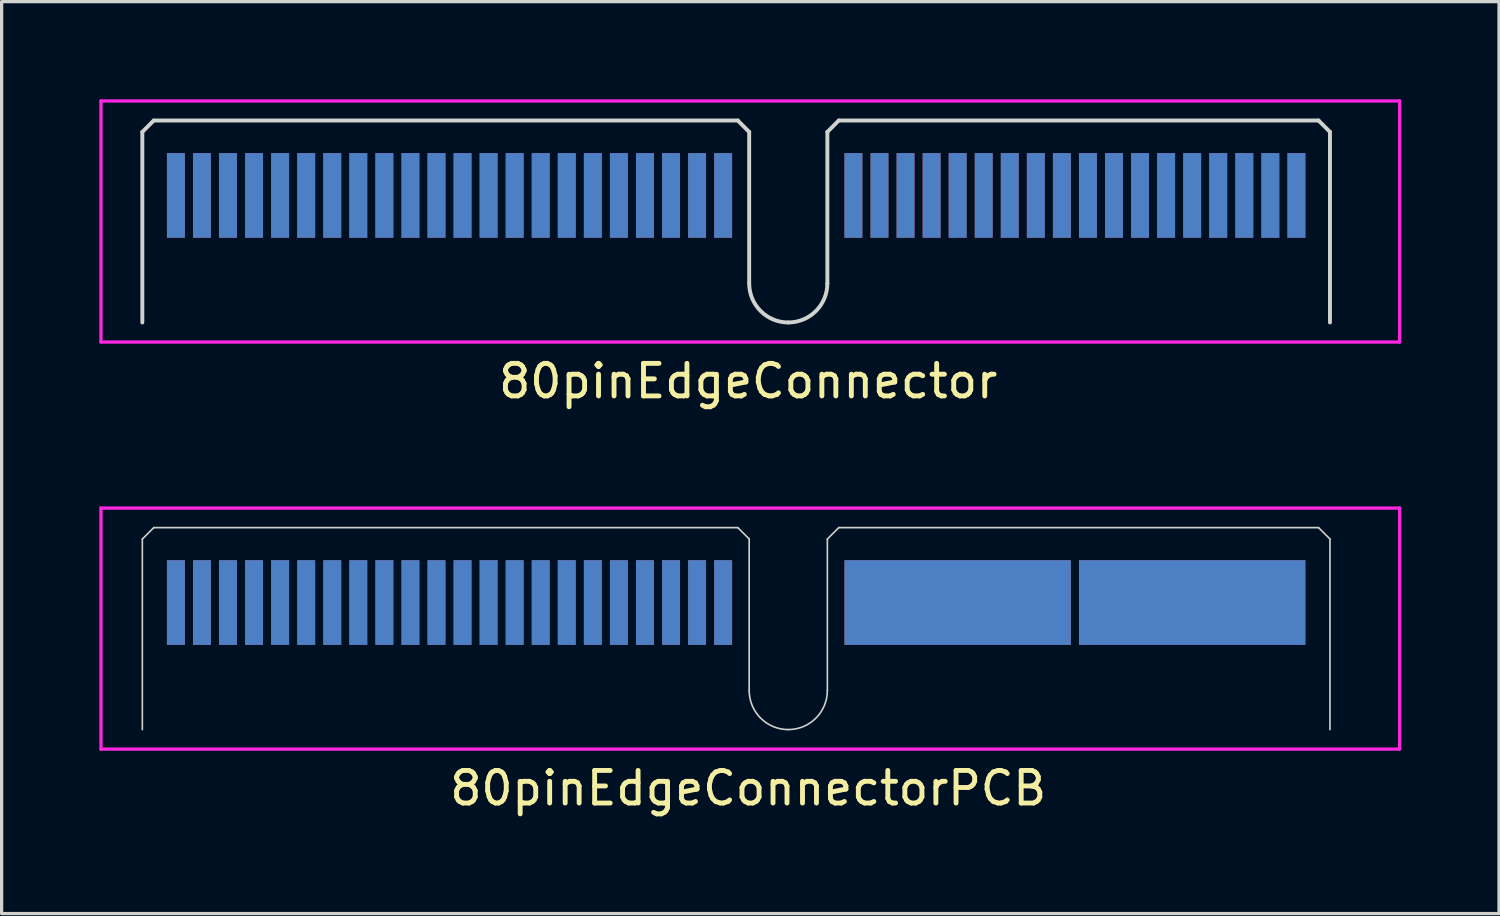
<source format=kicad_pcb>
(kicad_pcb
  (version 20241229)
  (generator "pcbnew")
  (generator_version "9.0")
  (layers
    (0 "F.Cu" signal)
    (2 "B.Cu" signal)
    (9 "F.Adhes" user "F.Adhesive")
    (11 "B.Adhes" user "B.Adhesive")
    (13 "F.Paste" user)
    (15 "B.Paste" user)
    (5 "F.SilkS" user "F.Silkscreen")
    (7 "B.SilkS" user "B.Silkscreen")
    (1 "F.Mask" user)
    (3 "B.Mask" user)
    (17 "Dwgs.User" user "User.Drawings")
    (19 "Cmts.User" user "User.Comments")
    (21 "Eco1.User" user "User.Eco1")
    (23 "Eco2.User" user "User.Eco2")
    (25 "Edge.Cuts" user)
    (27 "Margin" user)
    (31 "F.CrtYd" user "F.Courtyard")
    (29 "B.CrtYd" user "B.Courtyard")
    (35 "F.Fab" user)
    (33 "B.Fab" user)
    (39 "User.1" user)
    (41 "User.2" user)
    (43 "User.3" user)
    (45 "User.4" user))
  (footprint "80pinEdgeConnector"
    (layer "F.Cu")
    (at 19.95 3.75)
    (property "Reference" "80pinEdgeConnector" (at -0.03 4.9 0) (layer "F.SilkS") (effects (font (size 1 1) (thickness 0.15))))
    (attr through_hole)
    (fp_line (start -18.63 -2.75) (end -18.63 3.1) (stroke (width 0.12) (type solid)) (layer "Edge.Cuts"))
    (fp_line (start -18.28 -3.1) (end -18.63 -2.75) (stroke (width 0.12) (type solid)) (layer "Edge.Cuts"))
    (fp_line (start -18.28 -3.1) (end -0.35 -3.1) (stroke (width 0.12) (type solid)) (layer "Edge.Cuts"))
    (fp_line (start 0 -2.75) (end -0.35 -3.1) (stroke (width 0.12) (type solid)) (layer "Edge.Cuts"))
    (fp_line (start 0 -2.75) (end 0 1.9) (stroke (width 0.12) (type solid)) (layer "Edge.Cuts"))
    (fp_line (start 2.4 -2.75) (end 2.4 1.9) (stroke (width 0.12) (type solid)) (layer "Edge.Cuts"))
    (fp_line (start 2.75 -3.1) (end 2.4 -2.75) (stroke (width 0.12) (type solid)) (layer "Edge.Cuts"))
    (fp_line (start 2.75 -3.1) (end 17.48 -3.1) (stroke (width 0.12) (type solid)) (layer "Edge.Cuts"))
    (fp_line (start 17.83 -2.75) (end 17.48 -3.1) (stroke (width 0.12) (type solid)) (layer "Edge.Cuts"))
    (fp_line (start 17.83 -2.75) (end 17.83 3.1) (stroke (width 0.12) (type solid)) (layer "Edge.Cuts"))
    (fp_arc (start 1.2 3.1) (mid 0.351472 2.748528) (end 0 1.9) (stroke (width 0.12) (type solid)) (layer "Edge.Cuts"))
    (fp_arc (start 2.4 1.9) (mid 2.048528 2.748528) (end 1.2 3.1) (stroke (width 0.12) (type solid)) (layer "Edge.Cuts"))
    (fp_line (start -19.9 -3.7) (end -19.9 3.7) (stroke (width 0.1) (type solid)) (layer "F.CrtYd"))
    (fp_line (start -19.9 3.7) (end 19.97 3.7) (stroke (width 0.1) (type solid)) (layer "F.CrtYd"))
    (fp_line (start 19.97 -3.7) (end -19.9 -3.7) (stroke (width 0.1) (type solid)) (layer "F.CrtYd"))
    (fp_line (start 19.97 3.7) (end 19.97 -3.7) (stroke (width 0.1) (type solid)) (layer "F.CrtYd"))
    (pad "1" smd rect (at -17.6 -0.8) (size 0.55 2.6) (layers "F.Cu" "F.Mask" "F.Paste"))
    (pad "2" smd rect (at -16.8 -0.8) (size 0.55 2.6) (layers "F.Cu" "F.Mask" "F.Paste"))
    (pad "3" smd rect (at -16 -0.8) (size 0.55 2.6) (layers "F.Cu" "F.Mask" "F.Paste"))
    (pad "4" smd rect (at -15.2 -0.8) (size 0.55 2.6) (layers "F.Cu" "F.Mask" "F.Paste"))
    (pad "5" smd rect (at -14.4 -0.8) (size 0.55 2.6) (layers "F.Cu" "F.Mask" "F.Paste"))
    (pad "6" smd rect (at -13.6 -0.8) (size 0.55 2.6) (layers "F.Cu" "F.Mask" "F.Paste"))
    (pad "7" smd rect (at -12.8 -0.8) (size 0.55 2.6) (layers "F.Cu" "F.Mask" "F.Paste"))
    (pad "8" smd rect (at -12 -0.8) (size 0.55 2.6) (layers "F.Cu" "F.Mask" "F.Paste"))
    (pad "9" smd rect (at -11.2 -0.8) (size 0.55 2.6) (layers "F.Cu" "F.Mask" "F.Paste"))
    (pad "10" smd rect (at -10.4 -0.8) (size 0.55 2.6) (layers "F.Cu" "F.Mask" "F.Paste"))
    (pad "11" smd rect (at -9.6 -0.8) (size 0.55 2.6) (layers "F.Cu" "F.Mask" "F.Paste"))
    (pad "12" smd rect (at -8.8 -0.8) (size 0.55 2.6) (layers "F.Cu" "F.Mask" "F.Paste"))
    (pad "13" smd rect (at -8 -0.8) (size 0.55 2.6) (layers "F.Cu" "F.Mask" "F.Paste"))
    (pad "14" smd rect (at -7.2 -0.8) (size 0.55 2.6) (layers "F.Cu" "F.Mask" "F.Paste"))
    (pad "15" smd rect (at -6.4 -0.8) (size 0.55 2.6) (layers "F.Cu" "F.Mask" "F.Paste"))
    (pad "16" smd rect (at -5.6 -0.8) (size 0.55 2.6) (layers "F.Cu" "F.Mask" "F.Paste"))
    (pad "17" smd rect (at -4.8 -0.8) (size 0.55 2.6) (layers "F.Cu" "F.Mask" "F.Paste"))
    (pad "18" smd rect (at -4 -0.8) (size 0.55 2.6) (layers "F.Cu" "F.Mask" "F.Paste"))
    (pad "19" smd rect (at -3.2 -0.8) (size 0.55 2.6) (layers "F.Cu" "F.Mask" "F.Paste"))
    (pad "20" smd rect (at -2.4 -0.8) (size 0.55 2.6) (layers "F.Cu" "F.Mask" "F.Paste"))
    (pad "21" smd rect (at -1.6 -0.8) (size 0.55 2.6) (layers "F.Cu" "F.Mask" "F.Paste"))
    (pad "22" smd rect (at -0.8 -0.8) (size 0.55 2.6) (layers "F.Cu" "F.Mask" "F.Paste"))
    (pad "23" smd rect (at 3.2 -0.8) (size 0.55 2.6) (layers "F.Cu" "F.Mask" "F.Paste"))
    (pad "24" smd rect (at 4 -0.8) (size 0.55 2.6) (layers "F.Cu" "F.Mask" "F.Paste"))
    (pad "25" smd rect (at 4.8 -0.8) (size 0.55 2.6) (layers "F.Cu" "F.Mask" "F.Paste"))
    (pad "26" smd rect (at 5.6 -0.8) (size 0.55 2.6) (layers "F.Cu" "F.Mask" "F.Paste"))
    (pad "27" smd rect (at 6.4 -0.8) (size 0.55 2.6) (layers "F.Cu" "F.Mask" "F.Paste"))
    (pad "28" smd rect (at 7.2 -0.8) (size 0.55 2.6) (layers "F.Cu" "F.Mask" "F.Paste"))
    (pad "29" smd rect (at 8 -0.8) (size 0.55 2.6) (layers "F.Cu" "F.Mask" "F.Paste"))
    (pad "30" smd rect (at 8.8 -0.8) (size 0.55 2.6) (layers "F.Cu" "F.Mask" "F.Paste"))
    (pad "31" smd rect (at 9.6 -0.8) (size 0.55 2.6) (layers "F.Cu" "F.Mask" "F.Paste"))
    (pad "32" smd rect (at 10.4 -0.8) (size 0.55 2.6) (layers "F.Cu" "F.Mask" "F.Paste"))
    (pad "33" smd rect (at 11.2 -0.8) (size 0.55 2.6) (layers "F.Cu" "F.Mask" "F.Paste"))
    (pad "34" smd rect (at 12 -0.8) (size 0.55 2.6) (layers "F.Cu" "F.Mask" "F.Paste"))
    (pad "35" smd rect (at 12.8 -0.8) (size 0.55 2.6) (layers "F.Cu" "F.Mask" "F.Paste"))
    (pad "36" smd rect (at 13.6 -0.8) (size 0.55 2.6) (layers "F.Cu" "F.Mask" "F.Paste"))
    (pad "37" smd rect (at 14.4 -0.8) (size 0.55 2.6) (layers "F.Cu" "F.Mask" "F.Paste"))
    (pad "38" smd rect (at 15.2 -0.8) (size 0.55 2.6) (layers "F.Cu" "F.Mask" "F.Paste"))
    (pad "39" smd rect (at 16 -0.8) (size 0.55 2.6) (layers "F.Cu" "F.Mask" "F.Paste"))
    (pad "40" smd rect (at 16.8 -0.8) (size 0.55 2.6) (layers "F.Cu" "F.Mask" "F.Paste"))
    (pad "41" smd rect (at -17.6 -0.8) (size 0.55 2.6) (layers "B.Cu" "B.Mask" "B.Paste"))
    (pad "42" smd rect (at -16.8 -0.8) (size 0.55 2.6) (layers "B.Cu" "B.Mask" "B.Paste"))
    (pad "43" smd rect (at -16 -0.8) (size 0.55 2.6) (layers "B.Cu" "B.Mask" "B.Paste"))
    (pad "44" smd rect (at -15.2 -0.8) (size 0.55 2.6) (layers "B.Cu" "B.Mask" "B.Paste"))
    (pad "45" smd rect (at -14.4 -0.8) (size 0.55 2.6) (layers "B.Cu" "B.Mask" "B.Paste"))
    (pad "46" smd rect (at -13.6 -0.8) (size 0.55 2.6) (layers "B.Cu" "B.Mask" "B.Paste"))
    (pad "47" smd rect (at -12.8 -0.8) (size 0.55 2.6) (layers "B.Cu" "B.Mask" "B.Paste"))
    (pad "48" smd rect (at -12 -0.8) (size 0.55 2.6) (layers "B.Cu" "B.Mask" "B.Paste"))
    (pad "49" smd rect (at -11.2 -0.8) (size 0.55 2.6) (layers "B.Cu" "B.Mask" "B.Paste"))
    (pad "50" smd rect (at -10.4 -0.8) (size 0.55 2.6) (layers "B.Cu" "B.Mask" "B.Paste"))
    (pad "51" smd rect (at -9.6 -0.8) (size 0.55 2.6) (layers "B.Cu" "B.Mask" "B.Paste"))
    (pad "52" smd rect (at -8.8 -0.8) (size 0.55 2.6) (layers "B.Cu" "B.Mask" "B.Paste"))
    (pad "53" smd rect (at -8 -0.8) (size 0.55 2.6) (layers "B.Cu" "B.Mask" "B.Paste"))
    (pad "54" smd rect (at -7.2 -0.8) (size 0.55 2.6) (layers "B.Cu" "B.Mask" "B.Paste"))
    (pad "55" smd rect (at -6.4 -0.8) (size 0.55 2.6) (layers "B.Cu" "B.Mask" "B.Paste"))
    (pad "56" smd rect (at -5.6 -0.8) (size 0.55 2.6) (layers "B.Cu" "B.Mask" "B.Paste"))
    (pad "57" smd rect (at -4.8 -0.8) (size 0.55 2.6) (layers "B.Cu" "B.Mask" "B.Paste"))
    (pad "58" smd rect (at -4 -0.8) (size 0.55 2.6) (layers "B.Cu" "B.Mask" "B.Paste"))
    (pad "59" smd rect (at -3.2 -0.8) (size 0.55 2.6) (layers "B.Cu" "B.Mask" "B.Paste"))
    (pad "60" smd rect (at -2.4 -0.8) (size 0.55 2.6) (layers "B.Cu" "B.Mask" "B.Paste"))
    (pad "61" smd rect (at -1.6 -0.8) (size 0.55 2.6) (layers "B.Cu" "B.Mask" "B.Paste"))
    (pad "62" smd rect (at -0.8 -0.8) (size 0.55 2.6) (layers "B.Cu" "B.Mask" "B.Paste"))
    (pad "63" smd rect (at 3.2 -0.8) (size 0.55 2.6) (layers "B.Cu" "B.Mask" "B.Paste"))
    (pad "64" smd rect (at 4 -0.8) (size 0.55 2.6) (layers "B.Cu" "B.Mask" "B.Paste"))
    (pad "65" smd rect (at 4.8 -0.8) (size 0.55 2.6) (layers "B.Cu" "B.Mask" "B.Paste"))
    (pad "66" smd rect (at 5.6 -0.8) (size 0.55 2.6) (layers "B.Cu" "B.Mask" "B.Paste"))
    (pad "67" smd rect (at 6.4 -0.8) (size 0.55 2.6) (layers "B.Cu" "B.Mask" "B.Paste"))
    (pad "68" smd rect (at 7.2 -0.8) (size 0.55 2.6) (layers "B.Cu" "B.Mask" "B.Paste"))
    (pad "69" smd rect (at 8 -0.8) (size 0.55 2.6) (layers "B.Cu" "B.Mask" "B.Paste"))
    (pad "70" smd rect (at 8.8 -0.8) (size 0.55 2.6) (layers "B.Cu" "B.Mask" "B.Paste"))
    (pad "71" smd rect (at 9.6 -0.8) (size 0.55 2.6) (layers "B.Cu" "B.Mask" "B.Paste"))
    (pad "72" smd rect (at 10.4 -0.8) (size 0.55 2.6) (layers "B.Cu" "B.Mask" "B.Paste"))
    (pad "73" smd rect (at 11.2 -0.8) (size 0.55 2.6) (layers "B.Cu" "B.Mask" "B.Paste"))
    (pad "74" smd rect (at 12 -0.8) (size 0.55 2.6) (layers "B.Cu" "B.Mask" "B.Paste"))
    (pad "75" smd rect (at 12.8 -0.8) (size 0.55 2.6) (layers "B.Cu" "B.Mask" "B.Paste"))
    (pad "76" smd rect (at 13.6 -0.8) (size 0.55 2.6) (layers "B.Cu" "B.Mask" "B.Paste"))
    (pad "77" smd rect (at 14.4 -0.8) (size 0.55 2.6) (layers "B.Cu" "B.Mask" "B.Paste"))
    (pad "78" smd rect (at 15.2 -0.8) (size 0.55 2.6) (layers "B.Cu" "B.Mask" "B.Paste"))
    (pad "79" smd rect (at 16 -0.8) (size 0.55 2.6) (layers "B.Cu" "B.Mask" "B.Paste"))
    (pad "80" smd rect (at 16.8 -0.8) (size 0.55 2.6) (layers "B.Cu" "B.Mask" "B.Paste")))
  (footprint "80pinEdgeConnectorPCB"
    (layer "F.Cu")
    (at 19.95 16.248)
    (property "Reference" "80pinEdgeConnectorPCB" (at -0.03 4.9 0) (layer "F.SilkS") (effects (font (size 1 1) (thickness 0.15))))
    (attr through_hole)
    (fp_line (start -18.63 -2.75) (end -18.63 3.1) (stroke (width 0.05) (type solid)) (layer "Edge.Cuts"))
    (fp_line (start -18.28 -3.1) (end -18.63 -2.75) (stroke (width 0.05) (type solid)) (layer "Edge.Cuts"))
    (fp_line (start -18.28 -3.1) (end -0.35 -3.1) (stroke (width 0.05) (type solid)) (layer "Edge.Cuts"))
    (fp_line (start 0 -2.75) (end -0.35 -3.1) (stroke (width 0.05) (type solid)) (layer "Edge.Cuts"))
    (fp_line (start 0 -2.75) (end 0 1.9) (stroke (width 0.05) (type solid)) (layer "Edge.Cuts"))
    (fp_line (start 2.4 -2.75) (end 2.4 1.9) (stroke (width 0.05) (type solid)) (layer "Edge.Cuts"))
    (fp_line (start 2.75 -3.1) (end 2.4 -2.75) (stroke (width 0.05) (type solid)) (layer "Edge.Cuts"))
    (fp_line (start 2.75 -3.1) (end 17.48 -3.1) (stroke (width 0.05) (type solid)) (layer "Edge.Cuts"))
    (fp_line (start 17.83 -2.75) (end 17.48 -3.1) (stroke (width 0.05) (type solid)) (layer "Edge.Cuts"))
    (fp_line (start 17.83 -2.75) (end 17.83 3.1) (stroke (width 0.05) (type solid)) (layer "Edge.Cuts"))
    (fp_arc (start 1.2 3.1) (mid 0.351472 2.748528) (end 0 1.9) (stroke (width 0.05) (type solid)) (layer "Edge.Cuts"))
    (fp_arc (start 2.4 1.9) (mid 2.048528 2.748528) (end 1.2 3.1) (stroke (width 0.05) (type solid)) (layer "Edge.Cuts"))
    (fp_line (start -19.9 -3.7) (end -19.9 3.7) (stroke (width 0.1) (type solid)) (layer "F.CrtYd"))
    (fp_line (start -19.9 3.7) (end 19.97 3.7) (stroke (width 0.1) (type solid)) (layer "F.CrtYd"))
    (fp_line (start 19.97 -3.7) (end -19.9 -3.7) (stroke (width 0.1) (type solid)) (layer "F.CrtYd"))
    (fp_line (start 19.97 3.7) (end 19.97 -3.7) (stroke (width 0.1) (type solid)) (layer "F.CrtYd"))
    (pad "1" smd rect (at -17.6 -0.8) (size 0.55 2.6) (layers "F.Cu" "F.Mask" "F.Paste"))
    (pad "2" smd rect (at -16.8 -0.8) (size 0.55 2.6) (layers "F.Cu" "F.Mask" "F.Paste"))
    (pad "3" smd rect (at -16 -0.8) (size 0.55 2.6) (layers "F.Cu" "F.Mask" "F.Paste"))
    (pad "4" smd rect (at -15.2 -0.8) (size 0.55 2.6) (layers "F.Cu" "F.Mask" "F.Paste"))
    (pad "5" smd rect (at -14.4 -0.8) (size 0.55 2.6) (layers "F.Cu" "F.Mask" "F.Paste"))
    (pad "6" smd rect (at -13.6 -0.8) (size 0.55 2.6) (layers "F.Cu" "F.Mask" "F.Paste"))
    (pad "7" smd rect (at -12.8 -0.8) (size 0.55 2.6) (layers "F.Cu" "F.Mask" "F.Paste"))
    (pad "8" smd rect (at -12 -0.8) (size 0.55 2.6) (layers "F.Cu" "F.Mask" "F.Paste"))
    (pad "9" smd rect (at -11.2 -0.8) (size 0.55 2.6) (layers "F.Cu" "F.Mask" "F.Paste"))
    (pad "10" smd rect (at -10.4 -0.8) (size 0.55 2.6) (layers "F.Cu" "F.Mask" "F.Paste"))
    (pad "11" smd rect (at -9.6 -0.8) (size 0.55 2.6) (layers "F.Cu" "F.Mask" "F.Paste"))
    (pad "12" smd rect (at -8.8 -0.8) (size 0.55 2.6) (layers "F.Cu" "F.Mask" "F.Paste"))
    (pad "13" smd rect (at -8 -0.8) (size 0.55 2.6) (layers "F.Cu" "F.Mask" "F.Paste"))
    (pad "14" smd rect (at -7.2 -0.8) (size 0.55 2.6) (layers "F.Cu" "F.Mask" "F.Paste"))
    (pad "15" smd rect (at -6.4 -0.8) (size 0.55 2.6) (layers "F.Cu" "F.Mask" "F.Paste"))
    (pad "16" smd rect (at -5.6 -0.8) (size 0.55 2.6) (layers "F.Cu" "F.Mask" "F.Paste"))
    (pad "17" smd rect (at -4.8 -0.8) (size 0.55 2.6) (layers "F.Cu" "F.Mask" "F.Paste"))
    (pad "18" smd rect (at -4 -0.8) (size 0.55 2.6) (layers "F.Cu" "F.Mask" "F.Paste"))
    (pad "19" smd rect (at -3.2 -0.8) (size 0.55 2.6) (layers "F.Cu" "F.Mask" "F.Paste"))
    (pad "20" smd rect (at -2.4 -0.8) (size 0.55 2.6) (layers "F.Cu" "F.Mask" "F.Paste"))
    (pad "21" smd rect (at -1.6 -0.8) (size 0.55 2.6) (layers "F.Cu" "F.Mask" "F.Paste"))
    (pad "22" smd rect (at -0.8 -0.8) (size 0.55 2.6) (layers "F.Cu" "F.Mask" "F.Paste"))
    (pad "23" smd rect (at -17.6 -0.8) (size 0.55 2.6) (layers "B.Cu" "B.Mask" "B.Paste"))
    (pad "24" smd rect (at -16.8 -0.8) (size 0.55 2.6) (layers "B.Cu" "B.Mask" "B.Paste"))
    (pad "25" smd rect (at -16 -0.8) (size 0.55 2.6) (layers "B.Cu" "B.Mask" "B.Paste"))
    (pad "26" smd rect (at -15.2 -0.8) (size 0.55 2.6) (layers "B.Cu" "B.Mask" "B.Paste"))
    (pad "27" smd rect (at -14.4 -0.8) (size 0.55 2.6) (layers "B.Cu" "B.Mask" "B.Paste"))
    (pad "28" smd rect (at -13.6 -0.8) (size 0.55 2.6) (layers "B.Cu" "B.Mask" "B.Paste"))
    (pad "29" smd rect (at -12.8 -0.8) (size 0.55 2.6) (layers "B.Cu" "B.Mask" "B.Paste"))
    (pad "30" smd rect (at -12 -0.8) (size 0.55 2.6) (layers "B.Cu" "B.Mask" "B.Paste"))
    (pad "31" smd rect (at -11.2 -0.8) (size 0.55 2.6) (layers "B.Cu" "B.Mask" "B.Paste"))
    (pad "32" smd rect (at -10.4 -0.8) (size 0.55 2.6) (layers "B.Cu" "B.Mask" "B.Paste"))
    (pad "33" smd rect (at -9.6 -0.8) (size 0.55 2.6) (layers "B.Cu" "B.Mask" "B.Paste"))
    (pad "34" smd rect (at -8.8 -0.8) (size 0.55 2.6) (layers "B.Cu" "B.Mask" "B.Paste"))
    (pad "35" smd rect (at -8 -0.8) (size 0.55 2.6) (layers "B.Cu" "B.Mask" "B.Paste"))
    (pad "36" smd rect (at -7.2 -0.8) (size 0.55 2.6) (layers "B.Cu" "B.Mask" "B.Paste"))
    (pad "37" smd rect (at -6.4 -0.8) (size 0.55 2.6) (layers "B.Cu" "B.Mask" "B.Paste"))
    (pad "38" smd rect (at -5.6 -0.8) (size 0.55 2.6) (layers "B.Cu" "B.Mask" "B.Paste"))
    (pad "39" smd rect (at -4.8 -0.8) (size 0.55 2.6) (layers "B.Cu" "B.Mask" "B.Paste"))
    (pad "40" smd rect (at -4 -0.8) (size 0.55 2.6) (layers "B.Cu" "B.Mask" "B.Paste"))
    (pad "41" smd rect (at -3.2 -0.8) (size 0.55 2.6) (layers "B.Cu" "B.Mask" "B.Paste"))
    (pad "42" smd rect (at -2.4 -0.8) (size 0.55 2.6) (layers "B.Cu" "B.Mask" "B.Paste"))
    (pad "43" smd rect (at -1.6 -0.8) (size 0.55 2.6) (layers "B.Cu" "B.Mask" "B.Paste"))
    (pad "44" smd rect (at -0.8 -0.8) (size 0.55 2.6) (layers "B.Cu" "B.Mask" "B.Paste"))
    (pad "A" smd rect (at 6.4 -0.8) (size 6.95 2.6) (layers "F.Cu" "F.Mask" "F.Paste"))
    (pad "A" smd rect (at 6.4 -0.8) (size 6.95 2.6) (layers "B.Cu" "B.Mask" "B.Paste"))
    (pad "B" smd rect (at 13.6 -0.8) (size 6.95 2.6) (layers "F.Cu" "F.Mask" "F.Paste"))
    (pad "B" smd rect (at 13.6 -0.8) (size 6.95 2.6) (layers "B.Cu" "B.Mask" "B.Paste")))
  (gr_rect
    (start -3 -3)
    (end 42.97 24.997)
    (stroke (width 0.1) (type default))
    (fill no)
    (layer "Edge.Cuts")))
</source>
